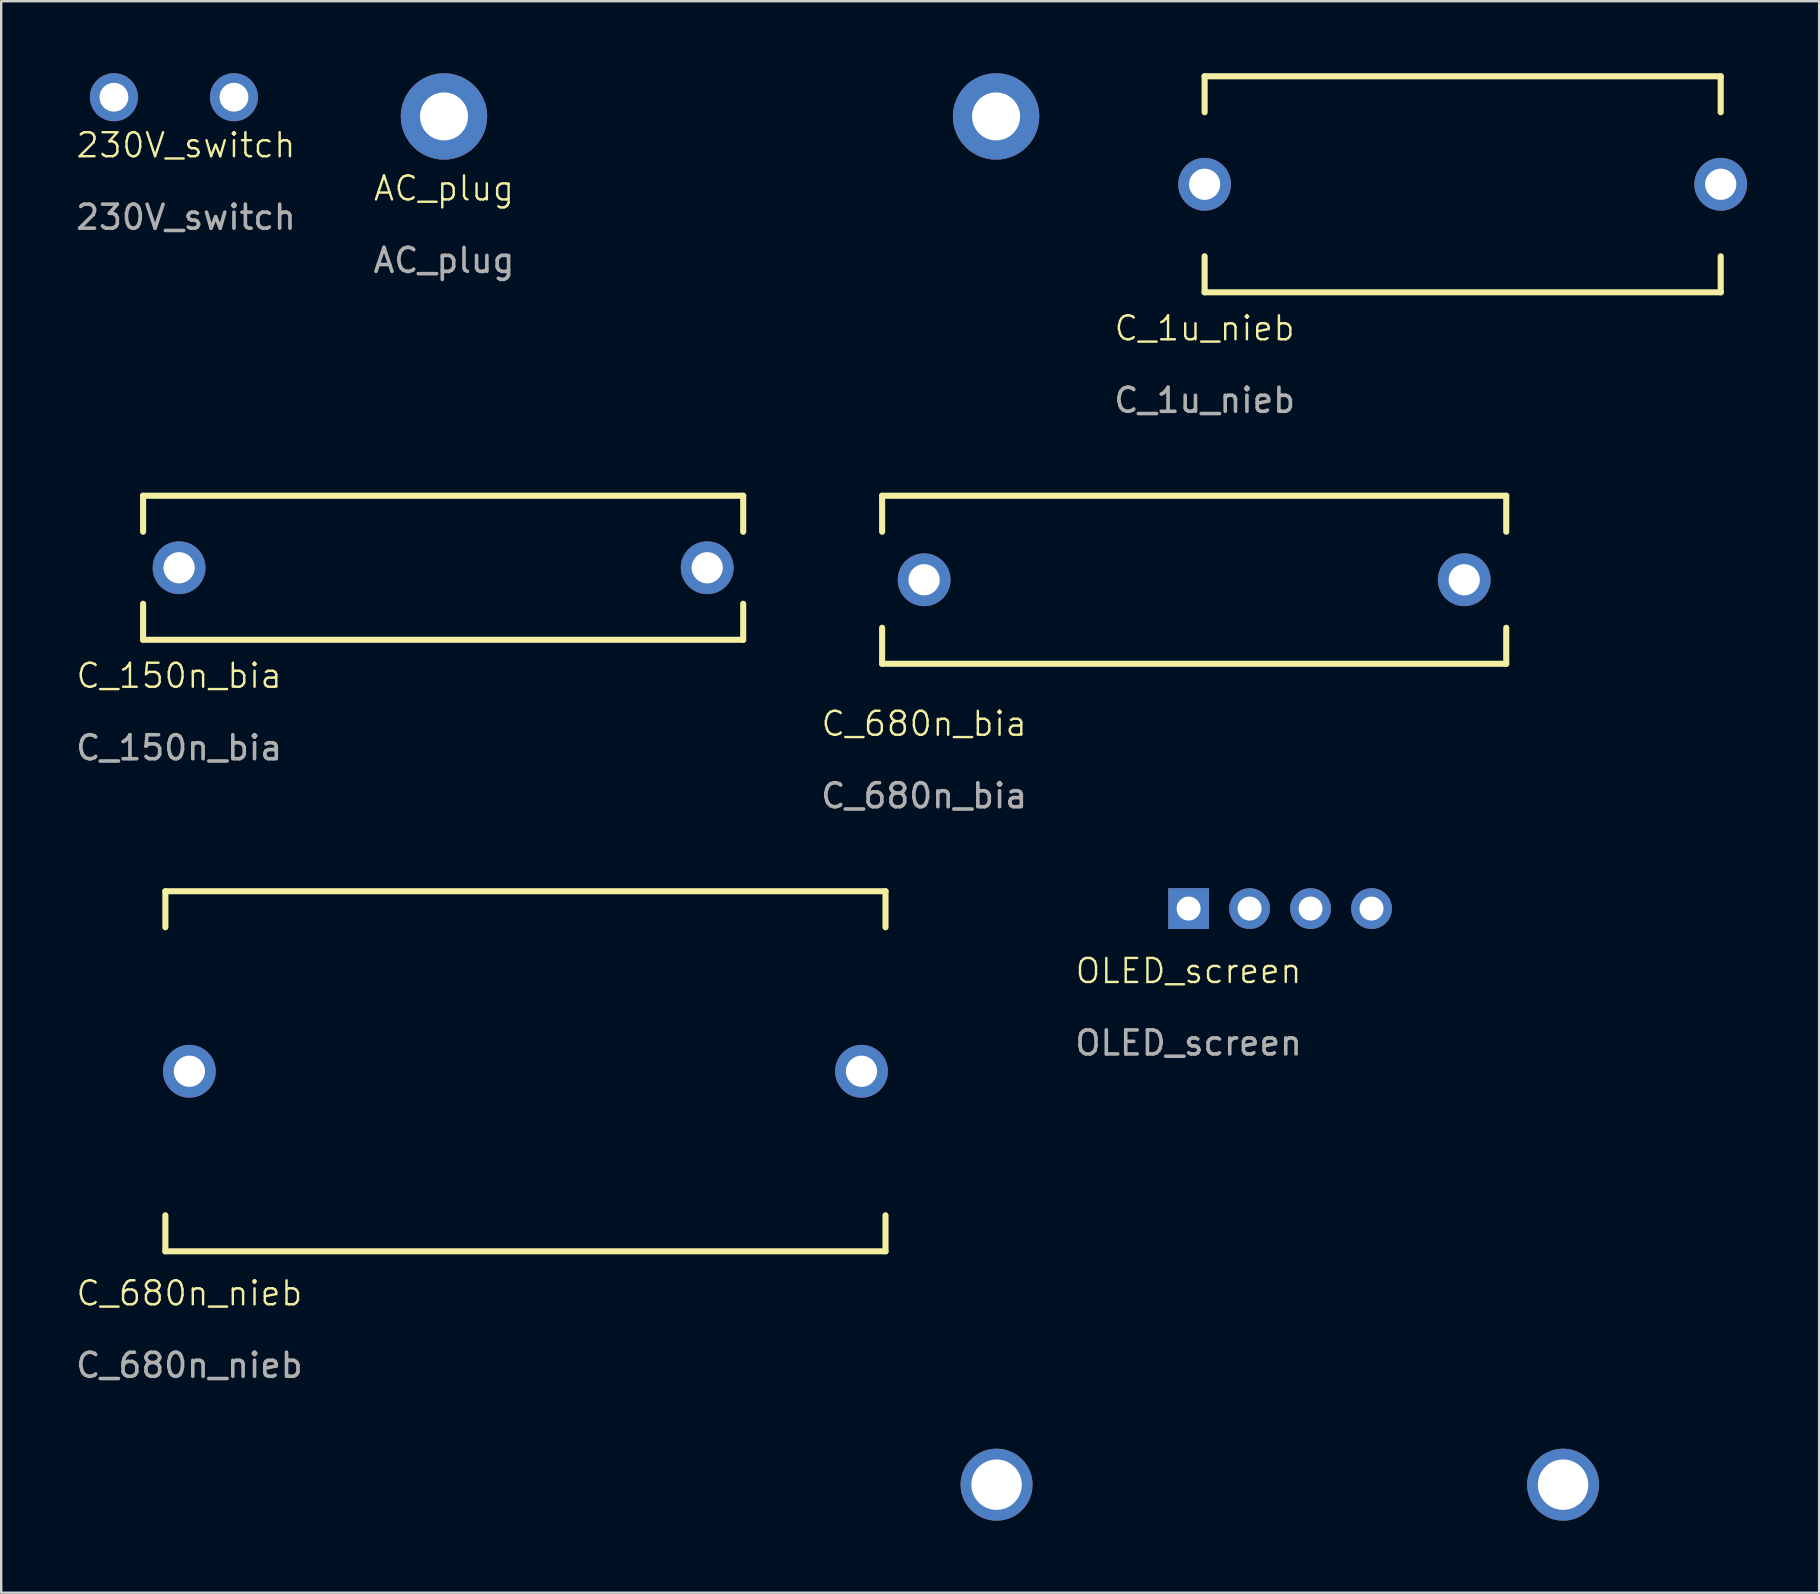
<source format=kicad_pcb>
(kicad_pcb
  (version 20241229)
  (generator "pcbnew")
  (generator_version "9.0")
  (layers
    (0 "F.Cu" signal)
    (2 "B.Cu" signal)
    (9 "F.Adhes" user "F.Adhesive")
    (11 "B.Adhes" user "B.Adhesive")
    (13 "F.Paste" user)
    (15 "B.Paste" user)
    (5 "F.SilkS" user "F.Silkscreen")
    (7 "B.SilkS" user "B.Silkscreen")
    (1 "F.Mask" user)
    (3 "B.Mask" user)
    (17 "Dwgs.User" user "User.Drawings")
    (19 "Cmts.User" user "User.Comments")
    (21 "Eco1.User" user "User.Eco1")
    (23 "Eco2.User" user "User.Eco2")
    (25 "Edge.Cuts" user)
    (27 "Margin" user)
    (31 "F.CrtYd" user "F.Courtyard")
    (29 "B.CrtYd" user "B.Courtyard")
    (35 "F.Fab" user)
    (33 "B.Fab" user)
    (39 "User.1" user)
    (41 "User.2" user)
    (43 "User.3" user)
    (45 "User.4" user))
  (footprint "OLED_screen"
    (layer "F.Cu")
    (at 46.466 34.8)
    (property "Reference" "OLED_screen" (at 0 2.6 0) (unlocked yes) (layer "F.SilkS") (effects (font (size 1 1) (thickness 0.1))))
    (attr through_hole)
    (fp_text user "${REFERENCE}" (at 0 5.6 0) (unlocked yes) (layer "F.Fab") (effects (font (size 1 1) (thickness 0.15))))
    (pad "" thru_hole circle (at -8 24) (size 3 3) (drill 2.1) (layers "*.Cu" "*.Mask"))
    (pad "" thru_hole circle (at 15.6 24) (size 3 3) (drill 2.1) (layers "*.Cu" "*.Mask"))
    (pad "1" thru_hole rect (at 0 0 90) (size 1.7 1.7) (drill 1) (layers "*.Cu" "*.Mask"))
    (pad "2" thru_hole oval (at 2.54 0 90) (size 1.7 1.7) (drill 1) (layers "*.Cu" "*.Mask"))
    (pad "3" thru_hole oval (at 5.08 0 90) (size 1.7 1.7) (drill 1) (layers "*.Cu" "*.Mask"))
    (pad "4" thru_hole oval (at 7.62 0 90) (size 1.7 1.7) (drill 1) (layers "*.Cu" "*.Mask")))
  (footprint "C_680n_nieb"
    (layer "F.Cu")
    (at 4.839 41.578)
    (property "Reference" "C_680n_nieb" (at 0 9.25 0) (unlocked yes) (layer "F.SilkS") (effects (font (size 1 1) (thickness 0.1))))
    (attr through_hole)
    (fp_line (start -1 -7.5) (end -1 -6) (stroke (width 0.254) (type default)) (layer "F.SilkS"))
    (fp_line (start -1 -7.5) (end 29 -7.5) (stroke (width 0.254) (type default)) (layer "F.SilkS"))
    (fp_line (start -1 6) (end -1 7.5) (stroke (width 0.254) (type default)) (layer "F.SilkS"))
    (fp_line (start -1 7.5) (end 29 7.5) (stroke (width 0.254) (type default)) (layer "F.SilkS"))
    (fp_line (start 29 -7.5) (end 29 -6) (stroke (width 0.254) (type default)) (layer "F.SilkS"))
    (fp_line (start 29 6) (end 29 7.5) (stroke (width 0.254) (type default)) (layer "F.SilkS"))
    (fp_text user "${REFERENCE}" (at 0 12.25 0) (unlocked yes) (layer "F.Fab") (effects (font (size 1 1) (thickness 0.15))))
    (pad "1" thru_hole circle (at 0 0) (size 2.2 2.2) (drill 1.3) (layers "*.Cu" "*.Mask"))
    (pad "2" thru_hole circle (at 28 0) (size 2.2 2.2) (drill 1.3) (layers "*.Cu" "*.Mask")))
  (footprint "C_680n_bia"
    (layer "F.Cu")
    (at 35.448 21.102)
    (property "Reference" "C_680n_bia" (at 0 6 0) (unlocked yes) (layer "F.SilkS") (effects (font (size 1 1) (thickness 0.1))))
    (attr through_hole)
    (fp_line (start -1.75 -3.5) (end -1.75 -2) (stroke (width 0.254) (type default)) (layer "F.SilkS"))
    (fp_line (start -1.75 -3.5) (end 24.25 -3.5) (stroke (width 0.254) (type default)) (layer "F.SilkS"))
    (fp_line (start -1.75 2) (end -1.75 3.5) (stroke (width 0.254) (type default)) (layer "F.SilkS"))
    (fp_line (start -1.75 3.5) (end 24.25 3.5) (stroke (width 0.254) (type default)) (layer "F.SilkS"))
    (fp_line (start 24.25 -3.5) (end 24.25 -2) (stroke (width 0.254) (type default)) (layer "F.SilkS"))
    (fp_line (start 24.25 2) (end 24.25 3.5) (stroke (width 0.254) (type default)) (layer "F.SilkS"))
    (fp_text user "${REFERENCE}" (at 0 9 0) (unlocked yes) (layer "F.Fab") (effects (font (size 1 1) (thickness 0.15))))
    (pad "1" thru_hole circle (at 0 0) (size 2.2 2.2) (drill 1.3) (layers "*.Cu" "*.Mask"))
    (pad "2" thru_hole circle (at 22.5 0) (size 2.2 2.2) (drill 1.3) (layers "*.Cu" "*.Mask")))
  (footprint "C_1u_nieb"
    (layer "F.Cu")
    (at 47.133 4.627)
    (property "Reference" "C_1u_nieb" (at 0 6 0) (unlocked yes) (layer "F.SilkS") (effects (font (size 1 1) (thickness 0.1))))
    (attr through_hole)
    (fp_line (start 0 -4.5) (end 0 -3) (stroke (width 0.254) (type default)) (layer "F.SilkS"))
    (fp_line (start 0 -4.5) (end 21.5 -4.5) (stroke (width 0.254) (type default)) (layer "F.SilkS"))
    (fp_line (start 0 3) (end 0 4.5) (stroke (width 0.254) (type default)) (layer "F.SilkS"))
    (fp_line (start 0 4.5) (end 21.5 4.5) (stroke (width 0.254) (type default)) (layer "F.SilkS"))
    (fp_line (start 21.5 -4.5) (end 21.5 -3) (stroke (width 0.254) (type default)) (layer "F.SilkS"))
    (fp_line (start 21.5 3) (end 21.5 4.5) (stroke (width 0.254) (type default)) (layer "F.SilkS"))
    (fp_text user "${REFERENCE}" (at 0 9 0) (unlocked yes) (layer "F.Fab") (effects (font (size 1 1) (thickness 0.15))))
    (pad "1" thru_hole circle (at 0 0) (size 2.2 2.2) (drill 1.3) (layers "*.Cu" "*.Mask"))
    (pad "2" thru_hole circle (at 21.5 0) (size 2.2 2.2) (drill 1.3) (layers "*.Cu" "*.Mask")))
  (footprint "AC_plug"
    (layer "F.Cu")
    (at 15.446 1.8)
    (property "Reference" "AC_plug" (at 0 3 0) (unlocked yes) (layer "F.SilkS") (effects (font (size 1 1) (thickness 0.1))))
    (attr through_hole)
    (fp_text user "${REFERENCE}" (at 0 6 0) (unlocked yes) (layer "F.Fab") (effects (font (size 1 1) (thickness 0.15))))
    (pad "1" thru_hole circle (at 0 0) (size 3.6 3.6) (drill 2) (layers "*.Cu" "*.Mask"))
    (pad "2" thru_hole circle (at 23 0) (size 3.6 3.6) (drill 2) (layers "*.Cu" "*.Mask")))
  (footprint "230V_switch"
    (layer "F.Cu")
    (at 1.696 1)
    (property "Reference" "230V_switch" (at 3 2 0) (unlocked yes) (layer "F.SilkS") (effects (font (size 1 1) (thickness 0.1))))
    (attr through_hole)
    (fp_text user "${REFERENCE}" (at 3 5 0) (unlocked yes) (layer "F.Fab") (effects (font (size 1 1) (thickness 0.15))))
    (pad "1" thru_hole circle (at 0 0) (size 2 2) (drill 1.2) (layers "*.Cu" "*.Mask"))
    (pad "2" thru_hole circle (at 5 0) (size 2 2) (drill 1.2) (layers "*.Cu" "*.Mask")))
  (footprint "C_150n_bia"
    (layer "F.Cu")
    (at 4.411 20.602)
    (property "Reference" "C_150n_bia" (at 0 4.5 0) (unlocked yes) (layer "F.SilkS") (effects (font (size 1 1) (thickness 0.1))))
    (attr through_hole)
    (fp_line (start -1.5 -3) (end -1.5 -1.5) (stroke (width 0.254) (type default)) (layer "F.SilkS"))
    (fp_line (start -1.5 -3) (end 23.5 -3) (stroke (width 0.254) (type default)) (layer "F.SilkS"))
    (fp_line (start -1.5 1.5) (end -1.5 3) (stroke (width 0.254) (type default)) (layer "F.SilkS"))
    (fp_line (start -1.5 3) (end 23.5 3) (stroke (width 0.254) (type default)) (layer "F.SilkS"))
    (fp_line (start 23.5 -3) (end 23.5 -1.5) (stroke (width 0.254) (type default)) (layer "F.SilkS"))
    (fp_line (start 23.5 1.5) (end 23.5 3) (stroke (width 0.254) (type default)) (layer "F.SilkS"))
    (fp_text user "${REFERENCE}" (at 0 7.5 0) (unlocked yes) (layer "F.Fab") (effects (font (size 1 1) (thickness 0.15))))
    (pad "1" thru_hole circle (at 0 0) (size 2.2 2.2) (drill 1.3) (layers "*.Cu" "*.Mask"))
    (pad "2" thru_hole circle (at 22 0) (size 2.2 2.2) (drill 1.3) (layers "*.Cu" "*.Mask")))
  (gr_rect
    (start -3 -3)
    (end 72.733 63.3)
    (stroke (width 0.1) (type default))
    (fill no)
    (layer "Edge.Cuts")))
</source>
